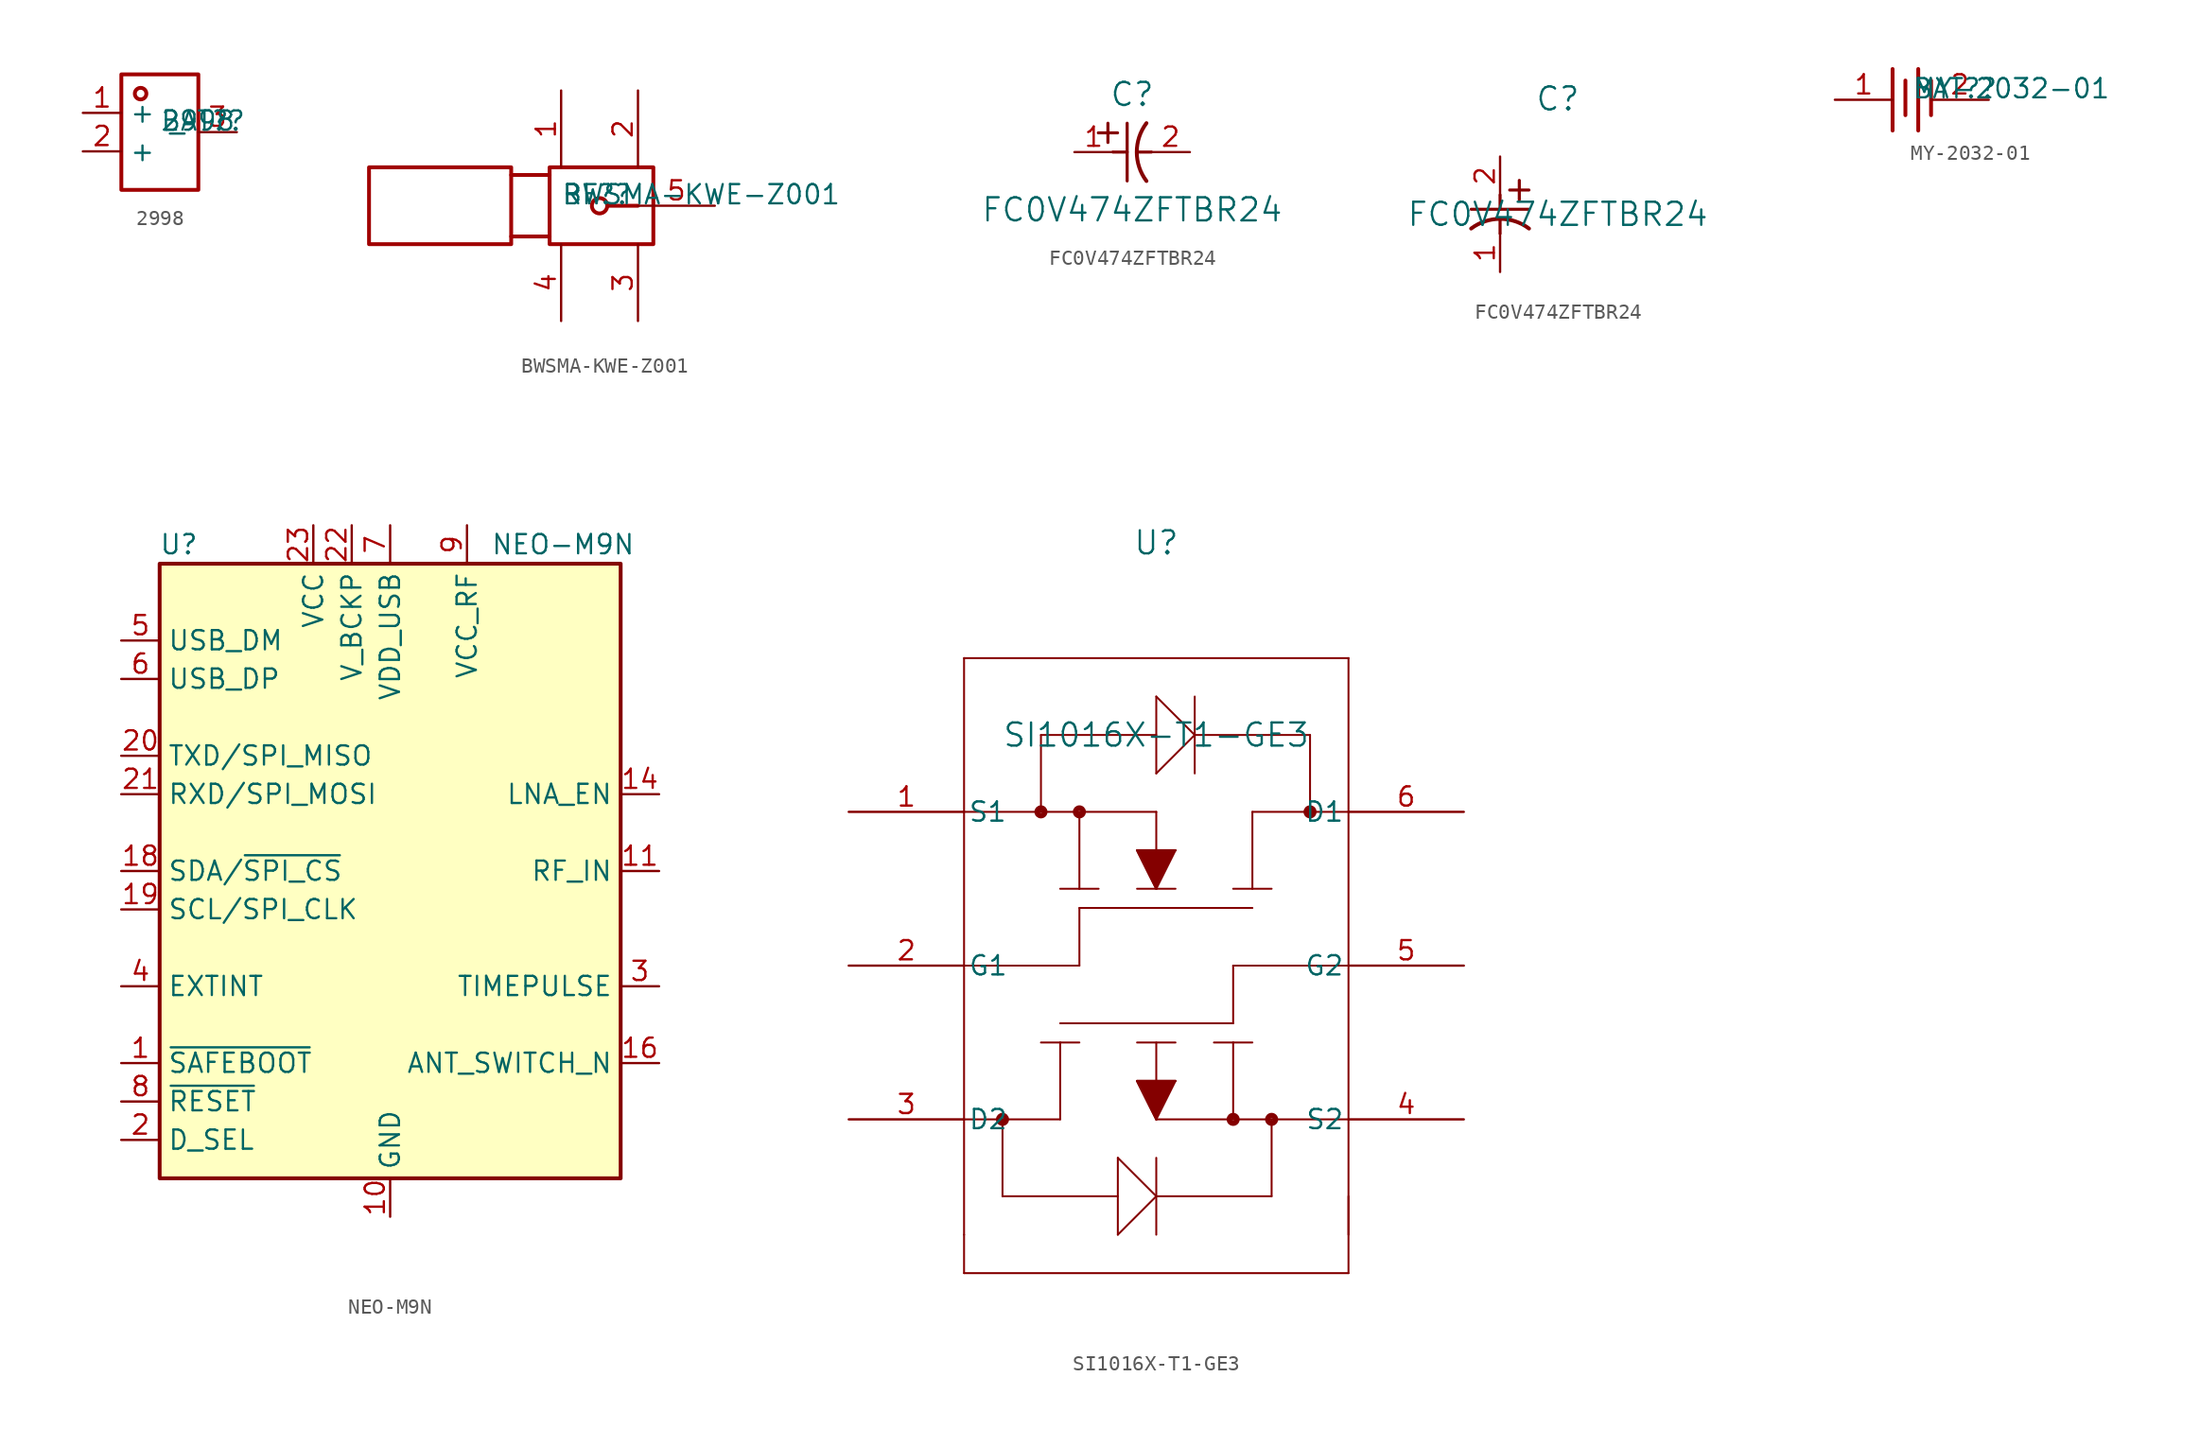
<source format=kicad_sym>
(kicad_symbol_lib
  (version 20241209)
  (generator "kicad_symbol_editor")
  (generator_version "9.0")
  (symbol "2998"
    (property "Reference" "BAT?"
      (at 0 0 0)
      (effects (font (size 1.27 1.27)) (justify left bottom)))
    (property "Value" "2998"
      (at 0 0 0)
      (effects (font (size 1.27 1.27)) (justify left bottom)))
    (symbol "2998_1_0"
      (rectangle (start -2.54 3.81) (end 2.54 -3.81) (stroke (width 0.254) (type solid) (color 160 0 0 1)) (fill (type none)))
      (circle (center -1.27 2.54) (radius 0.381) (stroke (width 0.254) (type solid) (color 160 0 0 1)) (fill (type none)))
      (pin passive line (at -5.08 1.27 0) (length 2.54) (name "+" (effects (font (size 1.27 1.27)))) (number "1" (effects (font (size 1.27 1.27)))))
      (pin passive line (at -5.08 -1.27 0) (length 2.54) (name "+" (effects (font (size 1.27 1.27)))) (number "2" (effects (font (size 1.27 1.27)))))
      (pin passive line (at 5.08 0 180) (length 2.54) (name "-" (effects (font (size 1.27 1.27)))) (number "3" (effects (font (size 1.27 1.27)))))))
  (symbol "BWSMA-KWE-Z001"
    (property "Reference" "RF?"
      (at 0 0 0)
      (effects (font (size 1.27 1.27)) (justify left bottom)))
    (property "Value" "BWSMA-KWE-Z001"
      (at 0 0 0)
      (effects (font (size 1.27 1.27)) (justify left bottom)))
    (symbol "BWSMA-KWE-Z001_1_0"
      (rectangle (start -12.7 2.54) (end -3.302 -2.54) (stroke (width 0.254) (type solid) (color 160 0 0 1)) (fill (type none)))
      (polyline (pts (xy -3.302 2.032) (xy -0.762 2.032)) (stroke (width 0.254) (type solid) (color 160 0 0 1)) (fill (type none)))
      (polyline (pts (xy -3.302 -2.032) (xy -0.762 -2.032)) (stroke (width 0.254) (type solid) (color 160 0 0 1)) (fill (type none)))
      (rectangle (start -0.762 2.54) (end 6.096 -2.54) (stroke (width 0.254) (type solid) (color 160 0 0 1)) (fill (type none)))
      (circle (center 2.54 0) (radius 0.508) (stroke (width 0.254) (type solid) (color 160 0 0 1)) (fill (type none)))
      (polyline (pts (xy 3.048 0) (xy 5.08 0)) (stroke (width 0.254) (type solid) (color 160 0 0 1)) (fill (type none)))
      (pin passive line (at 0 7.62 270) (length 5.08) (name "1" (effects (font (size 0 0)))) (number "1" (effects (font (size 1.27 1.27)))))
      (pin passive line (at 0 -7.62 90) (length 5.08) (name "4" (effects (font (size 0 0)))) (number "4" (effects (font (size 1.27 1.27)))))
      (pin passive line (at 5.08 7.62 270) (length 5.08) (name "2" (effects (font (size 0 0)))) (number "2" (effects (font (size 1.27 1.27)))))
      (pin passive line (at 5.08 -7.62 90) (length 5.08) (name "3" (effects (font (size 0 0)))) (number "3" (effects (font (size 1.27 1.27)))))
      (pin passive line (at 10.16 0 180) (length 5.08) (name "5" (effects (font (size 0 0)))) (number "5" (effects (font (size 1.27 1.27)))))))
  (symbol "FC0V474ZFTBR24"
    (pin_names
      (offset 0.254))
    (property "Reference" "C"
      (at 3.81 3.81 0)
      (effects (font (size 1.524 1.524))))
    (property "Value" "FC0V474ZFTBR24"
      (at 3.81 -3.81 0)
      (effects (font (size 1.524 1.524))))
    (property "ki_locked" ""
      (at 0 0 0)
      (effects (font (size 1.27 1.27))))
    (symbol "FC0V474ZFTBR24_1_1"
      (polyline (pts (xy 1.575 1.27) (xy 2.845 1.27)) (stroke (width 0.203) (type default)) (fill (type none)))
      (polyline (pts (xy 2.21 0.635) (xy 2.21 1.905)) (stroke (width 0.203) (type default)) (fill (type none)))
      (polyline (pts (xy 2.54 0) (xy 3.48 0)) (stroke (width 0.203) (type default)) (fill (type none)))
      (polyline (pts (xy 3.48 -1.905) (xy 3.48 1.905)) (stroke (width 0.203) (type default)) (fill (type none)))
      (polyline (pts (xy 4.115 0) (xy 5.08 0)) (stroke (width 0.203) (type default)) (fill (type none)))
      (arc (start 4.7541 -1.9108) (mid 4.1148 0) (end 4.7541 1.9108) (stroke (width 0.254) (type default)) (fill (type none)))
      (pin unspecified line (at 0 0 0) (length 2.54) (name "" (effects (font (size 1.27 1.27)))) (number "1" (effects (font (size 1.27 1.27)))))
      (pin unspecified line (at 7.62 0 180) (length 2.54) (name "" (effects (font (size 1.27 1.27)))) (number "2" (effects (font (size 1.27 1.27))))))
    (symbol "FC0V474ZFTBR24_1_2"
      (polyline (pts (xy -1.905 -3.48) (xy 1.905 -3.48)) (stroke (width 0.203) (type default)) (fill (type none)))
      (polyline (pts (xy 0 -2.54) (xy 0 -3.48)) (stroke (width 0.203) (type default)) (fill (type none)))
      (polyline (pts (xy 0 -4.115) (xy 0 -5.08)) (stroke (width 0.203) (type default)) (fill (type none)))
      (arc (start -1.9108 -4.7541) (mid 0 -4.1148) (end 1.9108 -4.7541) (stroke (width 0.254) (type default)) (fill (type none)))
      (polyline (pts (xy 0.635 -2.21) (xy 1.905 -2.21)) (stroke (width 0.203) (type default)) (fill (type none)))
      (polyline (pts (xy 1.27 -1.575) (xy 1.27 -2.845)) (stroke (width 0.203) (type default)) (fill (type none)))
      (pin unspecified line (at 0 0 270) (length 2.54) (name "" (effects (font (size 1.27 1.27)))) (number "2" (effects (font (size 1.27 1.27)))))
      (pin unspecified line (at 0 -7.62 90) (length 2.54) (name "" (effects (font (size 1.27 1.27)))) (number "1" (effects (font (size 1.27 1.27)))))))
  (symbol "MY-2032-01"
    (property "Reference" "BAT?"
      (at 0 0 0)
      (effects (font (size 1.27 1.27)) (justify left bottom)))
    (property "Value" "MY-2032-01"
      (at 0 0 0)
      (effects (font (size 1.27 1.27)) (justify left bottom)))
    (symbol "MY-2032-01_1_0"
      (polyline (pts (xy -1.27 -2.032) (xy -1.27 2.032)) (stroke (width 0.254) (type solid) (color 160 0 0 1)) (fill (type none)))
      (polyline (pts (xy -0.424 -1.016) (xy -0.424 1.27)) (stroke (width 0.254) (type solid) (color 160 0 0 1)) (fill (type none)))
      (polyline (pts (xy 0.424 -2.032) (xy 0.424 2.032)) (stroke (width 0.254) (type solid) (color 160 0 0 1)) (fill (type none)))
      (polyline (pts (xy 1.27 -1.016) (xy 1.27 1.27)) (stroke (width 0.254) (type solid) (color 160 0 0 1)) (fill (type none)))
      (pin passive line (at -5.08 0 0) (length 3.81) (name "1" (effects (font (size 0 0)))) (number "1" (effects (font (size 1.27 1.27)))))
      (pin passive line (at 5.08 0 180) (length 3.81) (name "2" (effects (font (size 0 0)))) (number "2" (effects (font (size 1.27 1.27)))))))
  (symbol "NEO-M9N"
    (property "Reference" "U"
      (at -13.97 21.59 0)
      (effects (font (size 1.27 1.27))))
    (property "Value" "NEO-M9N"
      (at 11.43 21.59 0)
      (effects (font (size 1.27 1.27))))
    (symbol "NEO-M9N_0_1"
      (rectangle (start -15.24 20.32) (end 15.24 -20.32) (stroke (width 0.254) (type default)) (fill (type background))))
    (symbol "NEO-M9N_1_1"
      (pin bidirectional line (at -17.78 15.24 0) (length 2.54) (name "USB_DM" (effects (font (size 1.27 1.27)))) (number "5" (effects (font (size 1.27 1.27)))))
      (pin bidirectional line (at -17.78 12.7 0) (length 2.54) (name "USB_DP" (effects (font (size 1.27 1.27)))) (number "6" (effects (font (size 1.27 1.27)))))
      (pin output line (at -17.78 7.62 0) (length 2.54) (name "TXD/SPI_MISO" (effects (font (size 1.27 1.27)))) (number "20" (effects (font (size 1.27 1.27)))))
      (pin input line (at -17.78 5.08 0) (length 2.54) (name "RXD/SPI_MOSI" (effects (font (size 1.27 1.27)))) (number "21" (effects (font (size 1.27 1.27)))))
      (pin bidirectional line (at -17.78 0 0) (length 2.54) (name "SDA/~{SPI_CS}" (effects (font (size 1.27 1.27)))) (number "18" (effects (font (size 1.27 1.27)))))
      (pin input line (at -17.78 -2.54 0) (length 2.54) (name "SCL/SPI_CLK" (effects (font (size 1.27 1.27)))) (number "19" (effects (font (size 1.27 1.27)))))
      (pin input line (at -17.78 -7.62 0) (length 2.54) (name "EXTINT" (effects (font (size 1.27 1.27)))) (number "4" (effects (font (size 1.27 1.27)))))
      (pin input line (at -17.78 -12.7 0) (length 2.54) (name "~{SAFEBOOT}" (effects (font (size 1.27 1.27)))) (number "1" (effects (font (size 1.27 1.27)))))
      (pin input line (at -17.78 -15.24 0) (length 2.54) (name "~{RESET}" (effects (font (size 1.27 1.27)))) (number "8" (effects (font (size 1.27 1.27)))))
      (pin input line (at -17.78 -17.78 0) (length 2.54) (name "D_SEL" (effects (font (size 1.27 1.27)))) (number "2" (effects (font (size 1.27 1.27)))))
      (pin power_in line (at -5.08 22.86 270) (length 2.54) (name "VCC" (effects (font (size 1.27 1.27)))) (number "23" (effects (font (size 1.27 1.27)))))
      (pin power_in line (at -2.54 22.86 270) (length 2.54) (name "V_BCKP" (effects (font (size 1.27 1.27)))) (number "22" (effects (font (size 1.27 1.27)))))
      (pin power_in line (at 0 22.86 270) (length 2.54) (name "VDD_USB" (effects (font (size 1.27 1.27)))) (number "7" (effects (font (size 1.27 1.27)))))
      (pin power_in line (at 0 -22.86 90) (length 2.54) (name "GND" (effects (font (size 1.27 1.27)))) (number "10" (effects (font (size 1.27 1.27)))))
      (pin passive line (at 0 -22.86 90) (length 2.54) (hide yes) (name "GND" (effects (font (size 1.27 1.27)))) (number "12" (effects (font (size 1.27 1.27)))))
      (pin passive line (at 0 -22.86 90) (length 2.54) (hide yes) (name "GND" (effects (font (size 1.27 1.27)))) (number "13" (effects (font (size 1.27 1.27)))))
      (pin passive line (at 0 -22.86 90) (length 2.54) (hide yes) (name "GND" (effects (font (size 1.27 1.27)))) (number "24" (effects (font (size 1.27 1.27)))))
      (pin power_out line (at 5.08 22.86 270) (length 2.54) (name "VCC_RF" (effects (font (size 1.27 1.27)))) (number "9" (effects (font (size 1.27 1.27)))))
      (pin no_connect line (at 15.24 -10.16 180) (length 2.54) (hide yes) (name "RESERVED" (effects (font (size 1.27 1.27)))) (number "15" (effects (font (size 1.27 1.27)))))
      (pin no_connect line (at 15.24 -15.24 180) (length 2.54) (hide yes) (name "RESERVED" (effects (font (size 1.27 1.27)))) (number "17" (effects (font (size 1.27 1.27)))))
      (pin output line (at 17.78 5.08 180) (length 2.54) (name "LNA_EN" (effects (font (size 1.27 1.27)))) (number "14" (effects (font (size 1.27 1.27)))))
      (pin input line (at 17.78 0 180) (length 2.54) (name "RF_IN" (effects (font (size 1.27 1.27)))) (number "11" (effects (font (size 1.27 1.27)))))
      (pin output line (at 17.78 -7.62 180) (length 2.54) (name "TIMEPULSE" (effects (font (size 1.27 1.27)))) (number "3" (effects (font (size 1.27 1.27)))))
      (pin bidirectional line (at 17.78 -12.7 180) (length 2.54) (name "ANT_SWITCH_N" (effects (font (size 1.27 1.27)))) (number "16" (effects (font (size 1.27 1.27)))))))
  (symbol "SI1016X-T1-GE3"
    (pin_names
      (offset 0.254))
    (property "Reference" "U"
      (at 20.32 17.78 0)
      (effects (font (size 1.524 1.524))))
    (property "Value" "SI1016X-T1-GE3"
      (at 20.32 5.08 0)
      (effects (font (size 1.524 1.524))))
    (property "ki_locked" ""
      (at 0 0 0)
      (effects (font (size 1.27 1.27))))
    (symbol "SI1016X-T1-GE3_0_1"
      (polyline (pts (xy 7.62 10.16) (xy 7.62 -27.94)) (stroke (width 0.127) (type default)) (fill (type none)))
      (polyline (pts (xy 7.62 10.16) (xy 33.02 10.16)) (stroke (width 0.127) (type default)) (fill (type none)))
      (polyline (pts (xy 7.62 0) (xy 20.32 0)) (stroke (width 0.127) (type default)) (fill (type none)))
      (polyline (pts (xy 7.62 -10.16) (xy 15.24 -10.16)) (stroke (width 0.127) (type default)) (fill (type none)))
      (polyline (pts (xy 7.62 -20.32) (xy 10.16 -20.32)) (stroke (width 0.127) (type default)) (fill (type none)))
      (polyline (pts (xy 7.62 -30.48) (xy 7.62 -27.94)) (stroke (width 0.127) (type default)) (fill (type none)))
      (polyline (pts (xy 10.16 -20.32) (xy 13.97 -20.32)) (stroke (width 0.127) (type default)) (fill (type none)))
      (circle (center 10.16 -20.32) (radius 0.254) (stroke (width 0.356) (type default)) (fill (type none)))
      (polyline (pts (xy 10.16 -25.4) (xy 10.16 -20.32)) (stroke (width 0.127) (type default)) (fill (type none)))
      (polyline (pts (xy 12.7 5.08) (xy 20.32 5.08)) (stroke (width 0.127) (type default)) (fill (type none)))
      (polyline (pts (xy 12.7 0) (xy 12.7 5.08)) (stroke (width 0.127) (type default)) (fill (type none)))
      (circle (center 12.7 0) (radius 0.254) (stroke (width 0.356) (type default)) (fill (type none)))
      (polyline (pts (xy 13.97 -15.24) (xy 12.7 -15.24)) (stroke (width 0.127) (type default)) (fill (type none)))
      (polyline (pts (xy 13.97 -15.24) (xy 15.24 -15.24)) (stroke (width 0.127) (type default)) (fill (type none)))
      (polyline (pts (xy 13.97 -20.32) (xy 13.97 -15.24)) (stroke (width 0.127) (type default)) (fill (type none)))
      (polyline (pts (xy 15.24 0) (xy 15.24 -5.08)) (stroke (width 0.127) (type default)) (fill (type none)))
      (circle (center 15.24 0) (radius 0.254) (stroke (width 0.356) (type default)) (fill (type none)))
      (polyline (pts (xy 15.24 -5.08) (xy 13.97 -5.08)) (stroke (width 0.127) (type default)) (fill (type none)))
      (polyline (pts (xy 15.24 -5.08) (xy 16.51 -5.08)) (stroke (width 0.127) (type default)) (fill (type none)))
      (polyline (pts (xy 15.24 -6.35) (xy 26.67 -6.35)) (stroke (width 0.127) (type default)) (fill (type none)))
      (polyline (pts (xy 15.24 -10.16) (xy 15.24 -6.35)) (stroke (width 0.127) (type default)) (fill (type none)))
      (polyline (pts (xy 17.78 -22.86) (xy 17.78 -27.94)) (stroke (width 0.127) (type default)) (fill (type none)))
      (polyline (pts (xy 17.78 -22.86) (xy 20.32 -25.4)) (stroke (width 0.127) (type default)) (fill (type none)))
      (polyline (pts (xy 17.78 -25.4) (xy 10.16 -25.4)) (stroke (width 0.127) (type default)) (fill (type none)))
      (polyline (pts (xy 17.78 -27.94) (xy 20.32 -25.4)) (stroke (width 0.127) (type default)) (fill (type none)))
      (polyline (pts (xy 19.05 -2.54) (xy 21.59 -2.54)) (stroke (width 0.127) (type default)) (fill (type none)))
      (polyline (pts (xy 19.05 -5.08) (xy 21.59 -5.08)) (stroke (width 0.127) (type default)) (fill (type none)))
      (polyline (pts (xy 19.05 -17.78) (xy 21.59 -17.78)) (stroke (width 0.127) (type default)) (fill (type none)))
      (polyline (pts (xy 20.32 7.62) (xy 22.86 5.08)) (stroke (width 0.127) (type default)) (fill (type none)))
      (polyline (pts (xy 20.32 2.54) (xy 20.32 7.62)) (stroke (width 0.127) (type default)) (fill (type none)))
      (polyline (pts (xy 20.32 2.54) (xy 22.86 5.08)) (stroke (width 0.127) (type default)) (fill (type none)))
      (polyline (pts (xy 20.32 0) (xy 20.32 -5.08)) (stroke (width 0.127) (type default)) (fill (type none)))
      (polyline (pts (xy 20.32 -5.08) (xy 19.05 -2.54)) (stroke (width 0.127) (type default)) (fill (type none)))
      (polyline (pts (xy 20.32 -5.08) (xy 21.59 -2.54)) (stroke (width 0.127) (type default)) (fill (type none)))
      (polyline (pts (xy 20.32 -5.08) (xy 19.05 -2.54) (xy 21.59 -2.54)) (stroke (width 0) (type default)) (fill (type outline)))
      (polyline (pts (xy 20.32 -15.24) (xy 20.32 -20.32)) (stroke (width 0.127) (type default)) (fill (type none)))
      (polyline (pts (xy 20.32 -20.32) (xy 19.05 -17.78)) (stroke (width 0.127) (type default)) (fill (type none)))
      (polyline (pts (xy 20.32 -20.32) (xy 21.59 -17.78)) (stroke (width 0.127) (type default)) (fill (type none)))
      (polyline (pts (xy 20.32 -20.32) (xy 19.05 -17.78) (xy 21.59 -17.78)) (stroke (width 0) (type default)) (fill (type outline)))
      (polyline (pts (xy 20.32 -22.86) (xy 20.32 -27.94)) (stroke (width 0.127) (type default)) (fill (type none)))
      (polyline (pts (xy 21.59 -15.24) (xy 19.05 -15.24)) (stroke (width 0.127) (type default)) (fill (type none)))
      (polyline (pts (xy 22.86 5.08) (xy 30.48 5.08)) (stroke (width 0.127) (type default)) (fill (type none)))
      (polyline (pts (xy 22.86 2.54) (xy 22.86 7.62)) (stroke (width 0.127) (type default)) (fill (type none)))
      (polyline (pts (xy 25.4 -10.16) (xy 25.4 -13.97)) (stroke (width 0.127) (type default)) (fill (type none)))
      (polyline (pts (xy 25.4 -13.97) (xy 13.97 -13.97)) (stroke (width 0.127) (type default)) (fill (type none)))
      (polyline (pts (xy 25.4 -15.24) (xy 24.13 -15.24)) (stroke (width 0.127) (type default)) (fill (type none)))
      (polyline (pts (xy 25.4 -15.24) (xy 26.67 -15.24)) (stroke (width 0.127) (type default)) (fill (type none)))
      (polyline (pts (xy 25.4 -20.32) (xy 25.4 -15.24)) (stroke (width 0.127) (type default)) (fill (type none)))
      (circle (center 25.4 -20.32) (radius 0.254) (stroke (width 0.356) (type default)) (fill (type none)))
      (polyline (pts (xy 26.67 0) (xy 26.67 -5.08)) (stroke (width 0.127) (type default)) (fill (type none)))
      (polyline (pts (xy 26.67 -5.08) (xy 25.4 -5.08)) (stroke (width 0.127) (type default)) (fill (type none)))
      (polyline (pts (xy 26.67 -5.08) (xy 27.94 -5.08)) (stroke (width 0.127) (type default)) (fill (type none)))
      (polyline (pts (xy 27.94 -20.32) (xy 27.94 -25.4)) (stroke (width 0.127) (type default)) (fill (type none)))
      (circle (center 27.94 -20.32) (radius 0.254) (stroke (width 0.356) (type default)) (fill (type none)))
      (polyline (pts (xy 27.94 -25.4) (xy 20.32 -25.4)) (stroke (width 0.127) (type default)) (fill (type none)))
      (polyline (pts (xy 30.48 5.08) (xy 30.48 0)) (stroke (width 0.127) (type default)) (fill (type none)))
      (polyline (pts (xy 30.48 0) (xy 26.67 0)) (stroke (width 0.127) (type default)) (fill (type none)))
      (polyline (pts (xy 30.48 0) (xy 33.02 0)) (stroke (width 0.127) (type default)) (fill (type none)))
      (circle (center 30.48 0) (radius 0.254) (stroke (width 0.356) (type default)) (fill (type none)))
      (polyline (pts (xy 33.02 10.16) (xy 33.02 -27.94)) (stroke (width 0.127) (type default)) (fill (type none)))
      (polyline (pts (xy 33.02 -10.16) (xy 25.4 -10.16)) (stroke (width 0.127) (type default)) (fill (type none)))
      (polyline (pts (xy 33.02 -20.32) (xy 20.32 -20.32)) (stroke (width 0.127) (type default)) (fill (type none)))
      (polyline (pts (xy 33.02 -30.48) (xy 7.62 -30.48)) (stroke (width 0.127) (type default)) (fill (type none)))
      (polyline (pts (xy 33.02 -30.48) (xy 33.02 -25.4)) (stroke (width 0.127) (type default)) (fill (type none)))
      (pin bidirectional line (at 0 0 0) (length 7.62) (name "S1" (effects (font (size 1.27 1.27)))) (number "1" (effects (font (size 1.27 1.27)))))
      (pin bidirectional line (at 0 -10.16 0) (length 7.62) (name "G1" (effects (font (size 1.27 1.27)))) (number "2" (effects (font (size 1.27 1.27)))))
      (pin bidirectional line (at 0 -20.32 0) (length 7.62) (name "D2" (effects (font (size 1.27 1.27)))) (number "3" (effects (font (size 1.27 1.27)))))
      (pin bidirectional line (at 40.64 0 180) (length 7.62) (name "D1" (effects (font (size 1.27 1.27)))) (number "6" (effects (font (size 1.27 1.27)))))
      (pin bidirectional line (at 40.64 -10.16 180) (length 7.62) (name "G2" (effects (font (size 1.27 1.27)))) (number "5" (effects (font (size 1.27 1.27)))))
      (pin unspecified line (at 40.64 -20.32 180) (length 7.62) (name "S2" (effects (font (size 1.27 1.27)))) (number "4" (effects (font (size 1.27 1.27))))))))
</source>
